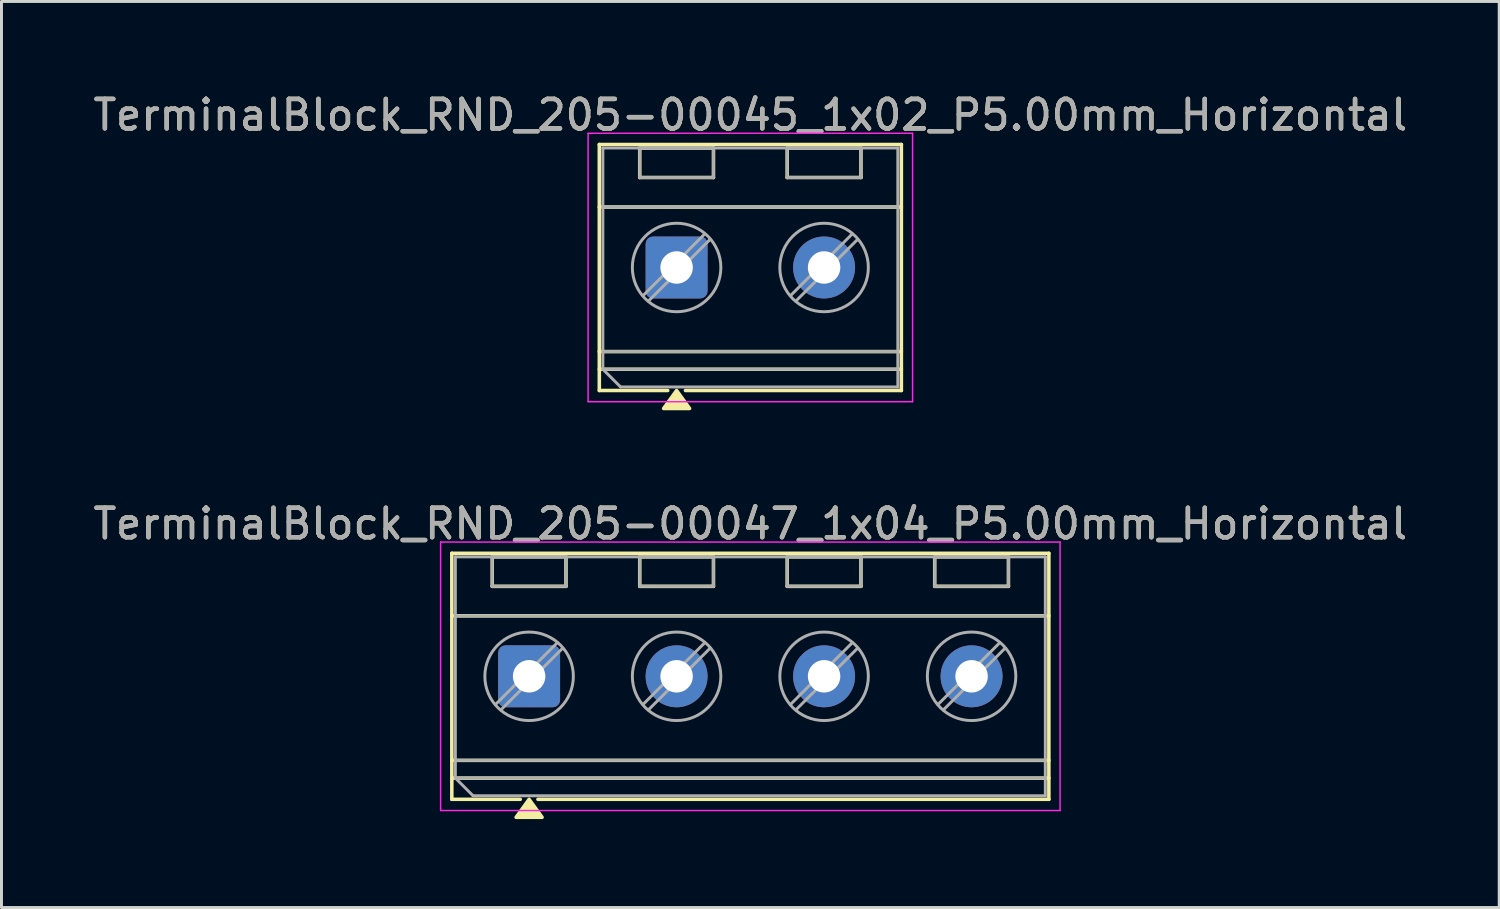
<source format=kicad_pcb>
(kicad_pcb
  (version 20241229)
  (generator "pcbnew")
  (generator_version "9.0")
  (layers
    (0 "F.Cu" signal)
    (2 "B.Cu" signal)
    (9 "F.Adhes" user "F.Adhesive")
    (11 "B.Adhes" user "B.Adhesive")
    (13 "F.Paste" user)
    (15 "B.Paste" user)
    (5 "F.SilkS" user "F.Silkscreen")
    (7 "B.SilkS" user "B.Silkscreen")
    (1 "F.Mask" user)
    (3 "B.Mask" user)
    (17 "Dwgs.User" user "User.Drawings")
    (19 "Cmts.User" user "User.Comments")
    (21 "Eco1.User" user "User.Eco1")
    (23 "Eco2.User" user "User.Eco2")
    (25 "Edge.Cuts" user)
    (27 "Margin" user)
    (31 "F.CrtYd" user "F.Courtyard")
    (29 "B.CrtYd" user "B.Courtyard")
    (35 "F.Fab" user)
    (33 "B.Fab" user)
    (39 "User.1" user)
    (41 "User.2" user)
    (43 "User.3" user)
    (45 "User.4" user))
  (footprint "TerminalBlock_RND_205-00045_1x02_P5.00mm_Horizontal"
    (layer "F.Cu")
    (at 19.887 6.018)
    (property "Reference" "TerminalBlock_RND_205-00045_1x02_P5.00mm_Horizontal" (at 2.5 -5.17 0) (layer "F.SilkS") (effects (font (size 1 1) (thickness 0.15))))
    (attr through_hole)
    (fp_line (start -2.62 -4.17) (end -2.62 4.17) (stroke (width 0.12) (type solid)) (layer "F.SilkS"))
    (fp_line (start -2.62 -4.17) (end 7.62 -4.17) (stroke (width 0.12) (type solid)) (layer "F.SilkS"))
    (fp_line (start -2.62 -2.05) (end 7.62 -2.05) (stroke (width 0.12) (type solid)) (layer "F.SilkS"))
    (fp_line (start -2.62 2.85) (end 7.62 2.85) (stroke (width 0.12) (type solid)) (layer "F.SilkS"))
    (fp_line (start -2.62 3.45) (end 7.62 3.45) (stroke (width 0.12) (type solid)) (layer "F.SilkS"))
    (fp_line (start -2.62 4.17) (end -0.3 4.17) (stroke (width 0.12) (type solid)) (layer "F.SilkS"))
    (fp_line (start -1.25 -4.05) (end -1.25 -3.05) (stroke (width 0.12) (type solid)) (layer "F.SilkS"))
    (fp_line (start -1.25 -4.05) (end 1.25 -4.05) (stroke (width 0.12) (type solid)) (layer "F.SilkS"))
    (fp_line (start -1.25 -3.05) (end 1.25 -3.05) (stroke (width 0.12) (type solid)) (layer "F.SilkS"))
    (fp_line (start 0.3 4.17) (end 7.62 4.17) (stroke (width 0.12) (type solid)) (layer "F.SilkS"))
    (fp_line (start 1.25 -4.05) (end 1.25 -3.05) (stroke (width 0.12) (type solid)) (layer "F.SilkS"))
    (fp_line (start 3.75 -4.05) (end 3.75 -3.05) (stroke (width 0.12) (type solid)) (layer "F.SilkS"))
    (fp_line (start 3.75 -4.05) (end 6.25 -4.05) (stroke (width 0.12) (type solid)) (layer "F.SilkS"))
    (fp_line (start 3.75 -3.05) (end 6.25 -3.05) (stroke (width 0.12) (type solid)) (layer "F.SilkS"))
    (fp_line (start 6.25 -4.05) (end 6.25 -3.05) (stroke (width 0.12) (type solid)) (layer "F.SilkS"))
    (fp_line (start 7.62 -4.17) (end 7.62 4.17) (stroke (width 0.12) (type solid)) (layer "F.SilkS"))
    (fp_poly (pts (xy 0 4.17) (xy 0.44 4.78) (xy -0.44 4.78)) (stroke (width 0.12) (type solid)) (fill yes) (layer "F.SilkS"))
    (fp_line (start -3 -4.55) (end -3 4.55) (stroke (width 0.05) (type solid)) (layer "F.CrtYd"))
    (fp_line (start -3 4.55) (end 8 4.55) (stroke (width 0.05) (type solid)) (layer "F.CrtYd"))
    (fp_line (start 8 -4.55) (end -3 -4.55) (stroke (width 0.05) (type solid)) (layer "F.CrtYd"))
    (fp_line (start 8 4.55) (end 8 -4.55) (stroke (width 0.05) (type solid)) (layer "F.CrtYd"))
    (fp_line (start -2.5 -4.05) (end 7.5 -4.05) (stroke (width 0.1) (type solid)) (layer "F.Fab"))
    (fp_line (start -2.5 -2.05) (end 7.5 -2.05) (stroke (width 0.1) (type solid)) (layer "F.Fab"))
    (fp_line (start -2.5 2.85) (end 7.5 2.85) (stroke (width 0.1) (type solid)) (layer "F.Fab"))
    (fp_line (start -2.5 3.45) (end -2.5 -4.05) (stroke (width 0.1) (type solid)) (layer "F.Fab"))
    (fp_line (start -2.5 3.45) (end 7.5 3.45) (stroke (width 0.1) (type solid)) (layer "F.Fab"))
    (fp_line (start -1.9 4.05) (end -2.5 3.45) (stroke (width 0.1) (type solid)) (layer "F.Fab"))
    (fp_line (start -1.25 -4.05) (end -1.25 -3.05) (stroke (width 0.1) (type solid)) (layer "F.Fab"))
    (fp_line (start -1.25 -3.05) (end 1.25 -3.05) (stroke (width 0.1) (type solid)) (layer "F.Fab"))
    (fp_line (start 0.955 -1.138) (end -1.138 0.954) (stroke (width 0.1) (type solid)) (layer "F.Fab"))
    (fp_line (start 1.138 -0.954) (end -0.955 1.137) (stroke (width 0.1) (type solid)) (layer "F.Fab"))
    (fp_line (start 1.25 -4.05) (end -1.25 -4.05) (stroke (width 0.1) (type solid)) (layer "F.Fab"))
    (fp_line (start 1.25 -3.05) (end 1.25 -4.05) (stroke (width 0.1) (type solid)) (layer "F.Fab"))
    (fp_line (start 3.75 -4.05) (end 3.75 -3.05) (stroke (width 0.1) (type solid)) (layer "F.Fab"))
    (fp_line (start 3.75 -3.05) (end 6.25 -3.05) (stroke (width 0.1) (type solid)) (layer "F.Fab"))
    (fp_line (start 5.955 -1.138) (end 3.862 0.954) (stroke (width 0.1) (type solid)) (layer "F.Fab"))
    (fp_line (start 6.138 -0.954) (end 4.045 1.137) (stroke (width 0.1) (type solid)) (layer "F.Fab"))
    (fp_line (start 6.25 -4.05) (end 3.75 -4.05) (stroke (width 0.1) (type solid)) (layer "F.Fab"))
    (fp_line (start 6.25 -3.05) (end 6.25 -4.05) (stroke (width 0.1) (type solid)) (layer "F.Fab"))
    (fp_line (start 7.5 -4.05) (end 7.5 4.05) (stroke (width 0.1) (type solid)) (layer "F.Fab"))
    (fp_line (start 7.5 4.05) (end -1.9 4.05) (stroke (width 0.1) (type solid)) (layer "F.Fab"))
    (fp_circle (center 0 0) (end 1.5 0) (stroke (width 0.1) (type solid)) (fill no) (layer "F.Fab"))
    (fp_circle (center 5 0) (end 6.5 0) (stroke (width 0.1) (type solid)) (fill no) (layer "F.Fab"))
    (fp_text user "${REFERENCE}" (at 2.5 -5.17 0) (layer "F.Fab") (effects (font (size 1 1) (thickness 0.15))))
    (pad "1" thru_hole roundrect (at 0 0) (size 2.1 2.1) (drill 1.1) (layers "*.Cu" "*.Mask") (roundrect_rratio 0.119))
    (pad "2" thru_hole circle (at 5 0) (size 2.1 2.1) (drill 1.1) (layers "*.Cu" "*.Mask")))
  (footprint "TerminalBlock_RND_205-00047_1x04_P5.00mm_Horizontal"
    (layer "F.Cu")
    (at 14.887 19.877)
    (property "Reference" "TerminalBlock_RND_205-00047_1x04_P5.00mm_Horizontal" (at 7.5 -5.17 0) (layer "F.SilkS") (effects (font (size 1 1) (thickness 0.15))))
    (attr through_hole)
    (fp_line (start -2.62 -4.17) (end -2.62 4.17) (stroke (width 0.12) (type solid)) (layer "F.SilkS"))
    (fp_line (start -2.62 -4.17) (end 17.62 -4.17) (stroke (width 0.12) (type solid)) (layer "F.SilkS"))
    (fp_line (start -2.62 -2.05) (end 17.62 -2.05) (stroke (width 0.12) (type solid)) (layer "F.SilkS"))
    (fp_line (start -2.62 2.85) (end 17.62 2.85) (stroke (width 0.12) (type solid)) (layer "F.SilkS"))
    (fp_line (start -2.62 3.45) (end 17.62 3.45) (stroke (width 0.12) (type solid)) (layer "F.SilkS"))
    (fp_line (start -2.62 4.17) (end -0.3 4.17) (stroke (width 0.12) (type solid)) (layer "F.SilkS"))
    (fp_line (start -1.25 -4.05) (end -1.25 -3.05) (stroke (width 0.12) (type solid)) (layer "F.SilkS"))
    (fp_line (start -1.25 -4.05) (end 1.25 -4.05) (stroke (width 0.12) (type solid)) (layer "F.SilkS"))
    (fp_line (start -1.25 -3.05) (end 1.25 -3.05) (stroke (width 0.12) (type solid)) (layer "F.SilkS"))
    (fp_line (start 0.3 4.17) (end 17.62 4.17) (stroke (width 0.12) (type solid)) (layer "F.SilkS"))
    (fp_line (start 1.25 -4.05) (end 1.25 -3.05) (stroke (width 0.12) (type solid)) (layer "F.SilkS"))
    (fp_line (start 3.75 -4.05) (end 3.75 -3.05) (stroke (width 0.12) (type solid)) (layer "F.SilkS"))
    (fp_line (start 3.75 -4.05) (end 6.25 -4.05) (stroke (width 0.12) (type solid)) (layer "F.SilkS"))
    (fp_line (start 3.75 -3.05) (end 6.25 -3.05) (stroke (width 0.12) (type solid)) (layer "F.SilkS"))
    (fp_line (start 6.25 -4.05) (end 6.25 -3.05) (stroke (width 0.12) (type solid)) (layer "F.SilkS"))
    (fp_line (start 8.75 -4.05) (end 8.75 -3.05) (stroke (width 0.12) (type solid)) (layer "F.SilkS"))
    (fp_line (start 8.75 -4.05) (end 11.25 -4.05) (stroke (width 0.12) (type solid)) (layer "F.SilkS"))
    (fp_line (start 8.75 -3.05) (end 11.25 -3.05) (stroke (width 0.12) (type solid)) (layer "F.SilkS"))
    (fp_line (start 11.25 -4.05) (end 11.25 -3.05) (stroke (width 0.12) (type solid)) (layer "F.SilkS"))
    (fp_line (start 13.75 -4.05) (end 13.75 -3.05) (stroke (width 0.12) (type solid)) (layer "F.SilkS"))
    (fp_line (start 13.75 -4.05) (end 16.25 -4.05) (stroke (width 0.12) (type solid)) (layer "F.SilkS"))
    (fp_line (start 13.75 -3.05) (end 16.25 -3.05) (stroke (width 0.12) (type solid)) (layer "F.SilkS"))
    (fp_line (start 16.25 -4.05) (end 16.25 -3.05) (stroke (width 0.12) (type solid)) (layer "F.SilkS"))
    (fp_line (start 17.62 -4.17) (end 17.62 4.17) (stroke (width 0.12) (type solid)) (layer "F.SilkS"))
    (fp_poly (pts (xy 0 4.17) (xy 0.44 4.78) (xy -0.44 4.78)) (stroke (width 0.12) (type solid)) (fill yes) (layer "F.SilkS"))
    (fp_line (start -3 -4.55) (end -3 4.55) (stroke (width 0.05) (type solid)) (layer "F.CrtYd"))
    (fp_line (start -3 4.55) (end 18 4.55) (stroke (width 0.05) (type solid)) (layer "F.CrtYd"))
    (fp_line (start 18 -4.55) (end -3 -4.55) (stroke (width 0.05) (type solid)) (layer "F.CrtYd"))
    (fp_line (start 18 4.55) (end 18 -4.55) (stroke (width 0.05) (type solid)) (layer "F.CrtYd"))
    (fp_line (start -2.5 -4.05) (end 17.5 -4.05) (stroke (width 0.1) (type solid)) (layer "F.Fab"))
    (fp_line (start -2.5 -2.05) (end 17.5 -2.05) (stroke (width 0.1) (type solid)) (layer "F.Fab"))
    (fp_line (start -2.5 2.85) (end 17.5 2.85) (stroke (width 0.1) (type solid)) (layer "F.Fab"))
    (fp_line (start -2.5 3.45) (end -2.5 -4.05) (stroke (width 0.1) (type solid)) (layer "F.Fab"))
    (fp_line (start -2.5 3.45) (end 17.5 3.45) (stroke (width 0.1) (type solid)) (layer "F.Fab"))
    (fp_line (start -1.9 4.05) (end -2.5 3.45) (stroke (width 0.1) (type solid)) (layer "F.Fab"))
    (fp_line (start -1.25 -4.05) (end -1.25 -3.05) (stroke (width 0.1) (type solid)) (layer "F.Fab"))
    (fp_line (start -1.25 -3.05) (end 1.25 -3.05) (stroke (width 0.1) (type solid)) (layer "F.Fab"))
    (fp_line (start 0.955 -1.138) (end -1.138 0.954) (stroke (width 0.1) (type solid)) (layer "F.Fab"))
    (fp_line (start 1.138 -0.954) (end -0.955 1.137) (stroke (width 0.1) (type solid)) (layer "F.Fab"))
    (fp_line (start 1.25 -4.05) (end -1.25 -4.05) (stroke (width 0.1) (type solid)) (layer "F.Fab"))
    (fp_line (start 1.25 -3.05) (end 1.25 -4.05) (stroke (width 0.1) (type solid)) (layer "F.Fab"))
    (fp_line (start 3.75 -4.05) (end 3.75 -3.05) (stroke (width 0.1) (type solid)) (layer "F.Fab"))
    (fp_line (start 3.75 -3.05) (end 6.25 -3.05) (stroke (width 0.1) (type solid)) (layer "F.Fab"))
    (fp_line (start 5.955 -1.138) (end 3.862 0.954) (stroke (width 0.1) (type solid)) (layer "F.Fab"))
    (fp_line (start 6.138 -0.954) (end 4.045 1.137) (stroke (width 0.1) (type solid)) (layer "F.Fab"))
    (fp_line (start 6.25 -4.05) (end 3.75 -4.05) (stroke (width 0.1) (type solid)) (layer "F.Fab"))
    (fp_line (start 6.25 -3.05) (end 6.25 -4.05) (stroke (width 0.1) (type solid)) (layer "F.Fab"))
    (fp_line (start 8.75 -4.05) (end 8.75 -3.05) (stroke (width 0.1) (type solid)) (layer "F.Fab"))
    (fp_line (start 8.75 -3.05) (end 11.25 -3.05) (stroke (width 0.1) (type solid)) (layer "F.Fab"))
    (fp_line (start 10.955 -1.138) (end 8.862 0.954) (stroke (width 0.1) (type solid)) (layer "F.Fab"))
    (fp_line (start 11.138 -0.954) (end 9.045 1.137) (stroke (width 0.1) (type solid)) (layer "F.Fab"))
    (fp_line (start 11.25 -4.05) (end 8.75 -4.05) (stroke (width 0.1) (type solid)) (layer "F.Fab"))
    (fp_line (start 11.25 -3.05) (end 11.25 -4.05) (stroke (width 0.1) (type solid)) (layer "F.Fab"))
    (fp_line (start 13.75 -4.05) (end 13.75 -3.05) (stroke (width 0.1) (type solid)) (layer "F.Fab"))
    (fp_line (start 13.75 -3.05) (end 16.25 -3.05) (stroke (width 0.1) (type solid)) (layer "F.Fab"))
    (fp_line (start 15.955 -1.138) (end 13.862 0.954) (stroke (width 0.1) (type solid)) (layer "F.Fab"))
    (fp_line (start 16.138 -0.954) (end 14.045 1.137) (stroke (width 0.1) (type solid)) (layer "F.Fab"))
    (fp_line (start 16.25 -4.05) (end 13.75 -4.05) (stroke (width 0.1) (type solid)) (layer "F.Fab"))
    (fp_line (start 16.25 -3.05) (end 16.25 -4.05) (stroke (width 0.1) (type solid)) (layer "F.Fab"))
    (fp_line (start 17.5 -4.05) (end 17.5 4.05) (stroke (width 0.1) (type solid)) (layer "F.Fab"))
    (fp_line (start 17.5 4.05) (end -1.9 4.05) (stroke (width 0.1) (type solid)) (layer "F.Fab"))
    (fp_circle (center 0 0) (end 1.5 0) (stroke (width 0.1) (type solid)) (fill no) (layer "F.Fab"))
    (fp_circle (center 5 0) (end 6.5 0) (stroke (width 0.1) (type solid)) (fill no) (layer "F.Fab"))
    (fp_circle (center 10 0) (end 11.5 0) (stroke (width 0.1) (type solid)) (fill no) (layer "F.Fab"))
    (fp_circle (center 15 0) (end 16.5 0) (stroke (width 0.1) (type solid)) (fill no) (layer "F.Fab"))
    (fp_text user "${REFERENCE}" (at 7.5 -5.17 0) (layer "F.Fab") (effects (font (size 1 1) (thickness 0.15))))
    (pad "1" thru_hole roundrect (at 0 0) (size 2.1 2.1) (drill 1.1) (layers "*.Cu" "*.Mask") (roundrect_rratio 0.119))
    (pad "2" thru_hole circle (at 5 0) (size 2.1 2.1) (drill 1.1) (layers "*.Cu" "*.Mask"))
    (pad "3" thru_hole circle (at 10 0) (size 2.1 2.1) (drill 1.1) (layers "*.Cu" "*.Mask"))
    (pad "4" thru_hole circle (at 15 0) (size 2.1 2.1) (drill 1.1) (layers "*.Cu" "*.Mask")))
  (gr_rect
    (start -3 -3)
    (end 47.774 27.716)
    (stroke (width 0.1) (type default))
    (fill no)
    (layer "Edge.Cuts")))
</source>
